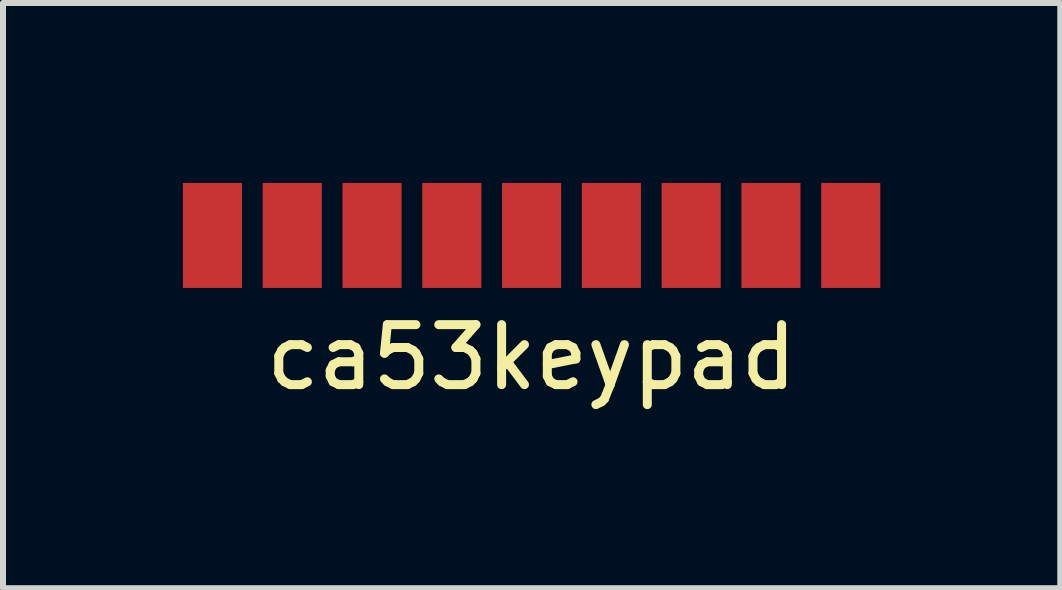
<source format=kicad_pcb>
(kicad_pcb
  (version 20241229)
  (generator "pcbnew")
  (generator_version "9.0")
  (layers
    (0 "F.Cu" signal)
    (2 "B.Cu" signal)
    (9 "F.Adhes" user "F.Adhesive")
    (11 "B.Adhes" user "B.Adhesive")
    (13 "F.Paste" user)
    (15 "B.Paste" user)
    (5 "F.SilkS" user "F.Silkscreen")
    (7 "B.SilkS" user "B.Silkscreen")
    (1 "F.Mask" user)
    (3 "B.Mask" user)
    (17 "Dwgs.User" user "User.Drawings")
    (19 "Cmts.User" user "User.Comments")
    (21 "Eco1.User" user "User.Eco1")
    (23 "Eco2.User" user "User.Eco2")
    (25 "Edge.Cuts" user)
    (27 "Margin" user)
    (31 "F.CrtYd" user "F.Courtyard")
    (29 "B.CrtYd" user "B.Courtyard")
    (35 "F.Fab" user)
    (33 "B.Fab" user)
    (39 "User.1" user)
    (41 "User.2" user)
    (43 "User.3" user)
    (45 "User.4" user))
  (footprint "ca53keypad"
    (layer "F.Cu")
    (at 5.812 0.875)
    (property "Reference" "ca53keypad" (at 0 2.032 0) (layer "F.SilkS") (effects (font (size 1 1) (thickness 0.15))))
    (attr through_hole)
    (pad "1" connect rect (at -5.32 0) (size 0.985 1.75) (layers "F.Cu" "F.Mask"))
    (pad "2" connect rect (at -3.99 0) (size 0.985 1.75) (layers "F.Cu" "F.Mask"))
    (pad "3" connect rect (at -2.66 0) (size 0.985 1.75) (layers "F.Cu" "F.Mask"))
    (pad "4" connect rect (at -1.33 0) (size 0.985 1.75) (layers "F.Cu" "F.Mask"))
    (pad "5" connect rect (at 0 0) (size 0.985 1.75) (layers "F.Cu" "F.Mask"))
    (pad "6" connect rect (at 1.33 0) (size 0.985 1.75) (layers "F.Cu" "F.Mask"))
    (pad "7" connect rect (at 2.66 0) (size 0.985 1.75) (layers "F.Cu" "F.Mask"))
    (pad "8" connect rect (at 3.99 0) (size 0.985 1.75) (layers "F.Cu" "F.Mask"))
    (pad "9" connect rect (at 5.32 0) (size 0.985 1.75) (layers "F.Cu" "F.Mask")))
  (gr_rect
    (start -3 -3)
    (end 14.625 6.755)
    (stroke (width 0.1) (type default))
    (fill no)
    (layer "Edge.Cuts")))
</source>
